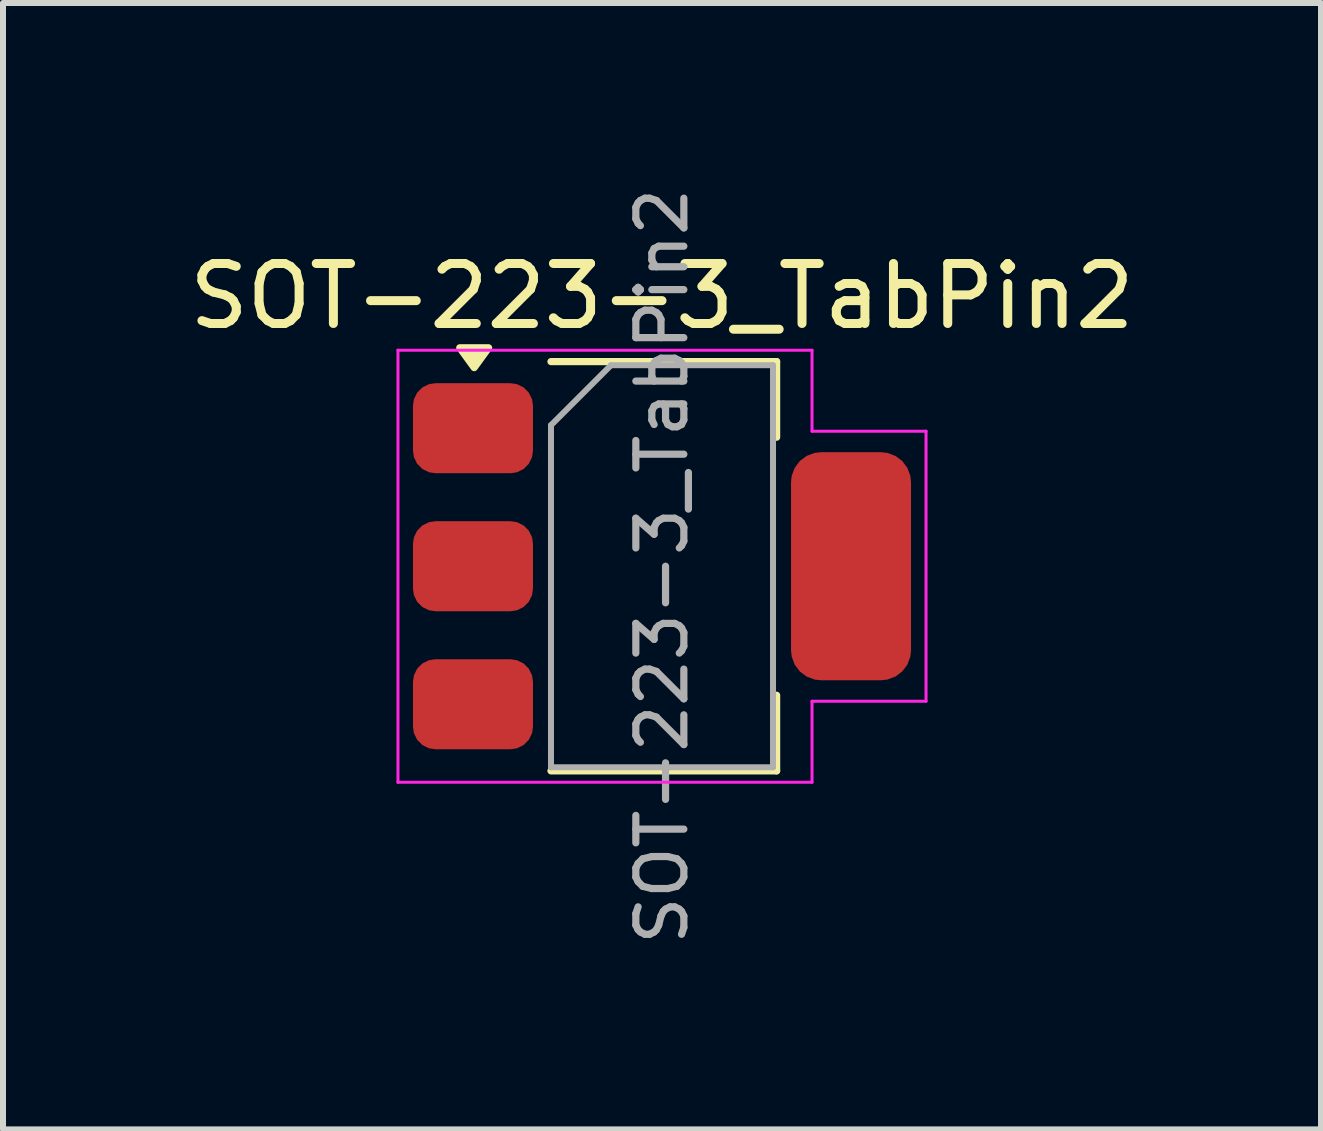
<source format=kicad_pcb>
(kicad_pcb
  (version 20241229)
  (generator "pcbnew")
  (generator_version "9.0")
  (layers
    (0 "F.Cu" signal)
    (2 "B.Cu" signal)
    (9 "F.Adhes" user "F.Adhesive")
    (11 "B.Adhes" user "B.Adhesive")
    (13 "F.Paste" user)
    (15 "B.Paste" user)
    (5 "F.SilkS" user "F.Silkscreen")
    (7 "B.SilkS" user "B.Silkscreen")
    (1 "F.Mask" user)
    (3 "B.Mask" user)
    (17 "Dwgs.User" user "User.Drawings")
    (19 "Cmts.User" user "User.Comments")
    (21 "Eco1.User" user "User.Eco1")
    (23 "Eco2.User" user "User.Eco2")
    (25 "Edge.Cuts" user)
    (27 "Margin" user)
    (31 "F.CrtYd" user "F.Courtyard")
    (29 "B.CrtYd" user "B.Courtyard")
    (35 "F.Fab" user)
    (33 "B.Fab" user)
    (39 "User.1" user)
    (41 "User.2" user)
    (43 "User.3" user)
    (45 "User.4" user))
  (footprint "SOT-223-3_TabPin2"
    (layer "F.Cu")
    (at 7.982 6.386)
    (property "Reference" "SOT-223-3_TabPin2" (at 0 -4.5 0) (layer "F.SilkS") (effects (font (size 1 1) (thickness 0.15))))
    (attr smd)
    (fp_line (start -1.85 -3.41) (end 1.91 -3.41) (stroke (width 0.12) (type solid)) (layer "F.SilkS"))
    (fp_line (start -1.85 3.41) (end 1.91 3.41) (stroke (width 0.12) (type solid)) (layer "F.SilkS"))
    (fp_line (start 1.91 -3.41) (end 1.91 -2.15) (stroke (width 0.12) (type solid)) (layer "F.SilkS"))
    (fp_line (start 1.91 3.41) (end 1.91 2.15) (stroke (width 0.12) (type solid)) (layer "F.SilkS"))
    (fp_poly (pts (xy -3.13 -3.31) (xy -3.37 -3.64) (xy -2.89 -3.64) (xy -3.13 -3.31)) (stroke (width 0.12) (type solid)) (fill yes) (layer "F.SilkS"))
    (fp_line (start -4.4 -3.6) (end -4.4 3.6) (stroke (width 0.05) (type solid)) (layer "F.CrtYd"))
    (fp_line (start -4.4 -3.6) (end 2.5 -3.6) (stroke (width 0.05) (type default)) (layer "F.CrtYd"))
    (fp_line (start -4.4 3.6) (end 2.5 3.6) (stroke (width 0.05) (type solid)) (layer "F.CrtYd"))
    (fp_line (start 2.5 -3.6) (end 2.5 -2.25) (stroke (width 0.05) (type default)) (layer "F.CrtYd"))
    (fp_line (start 2.5 -2.25) (end 4.4 -2.25) (stroke (width 0.05) (type default)) (layer "F.CrtYd"))
    (fp_line (start 2.5 2.25) (end 4.4 2.25) (stroke (width 0.05) (type default)) (layer "F.CrtYd"))
    (fp_line (start 2.5 3.6) (end 2.5 2.25) (stroke (width 0.05) (type default)) (layer "F.CrtYd"))
    (fp_line (start 4.4 -2.25) (end 4.4 2.25) (stroke (width 0.05) (type default)) (layer "F.CrtYd"))
    (fp_line (start -1.85 -2.35) (end -1.85 3.35) (stroke (width 0.1) (type solid)) (layer "F.Fab"))
    (fp_line (start -1.85 -2.35) (end -0.85 -3.35) (stroke (width 0.1) (type solid)) (layer "F.Fab"))
    (fp_line (start -1.85 3.35) (end 1.85 3.35) (stroke (width 0.1) (type solid)) (layer "F.Fab"))
    (fp_line (start -0.85 -3.35) (end 1.85 -3.35) (stroke (width 0.1) (type solid)) (layer "F.Fab"))
    (fp_line (start 1.85 -3.35) (end 1.85 3.35) (stroke (width 0.1) (type solid)) (layer "F.Fab"))
    (fp_text user "${REFERENCE}" (at 0 0 90) (layer "F.Fab") (effects (font (size 0.8 0.8) (thickness 0.12))))
    (pad "1" smd roundrect (at -3.15 -2.3) (size 2 1.5) (layers "F.Cu" "F.Mask" "F.Paste") (roundrect_rratio 0.25))
    (pad "2" smd roundrect (at -3.15 0) (size 2 1.5) (layers "F.Cu" "F.Mask" "F.Paste") (roundrect_rratio 0.25))
    (pad "2" smd roundrect (at 3.15 0) (size 2 3.8) (layers "F.Cu" "F.Mask" "F.Paste") (roundrect_rratio 0.25))
    (pad "3" smd roundrect (at -3.15 2.3) (size 2 1.5) (layers "F.Cu" "F.Mask" "F.Paste") (roundrect_rratio 0.25)))
  (gr_rect
    (start -3 -3)
    (end 18.964 15.771)
    (stroke (width 0.1) (type default))
    (fill no)
    (layer "Edge.Cuts")))
</source>
